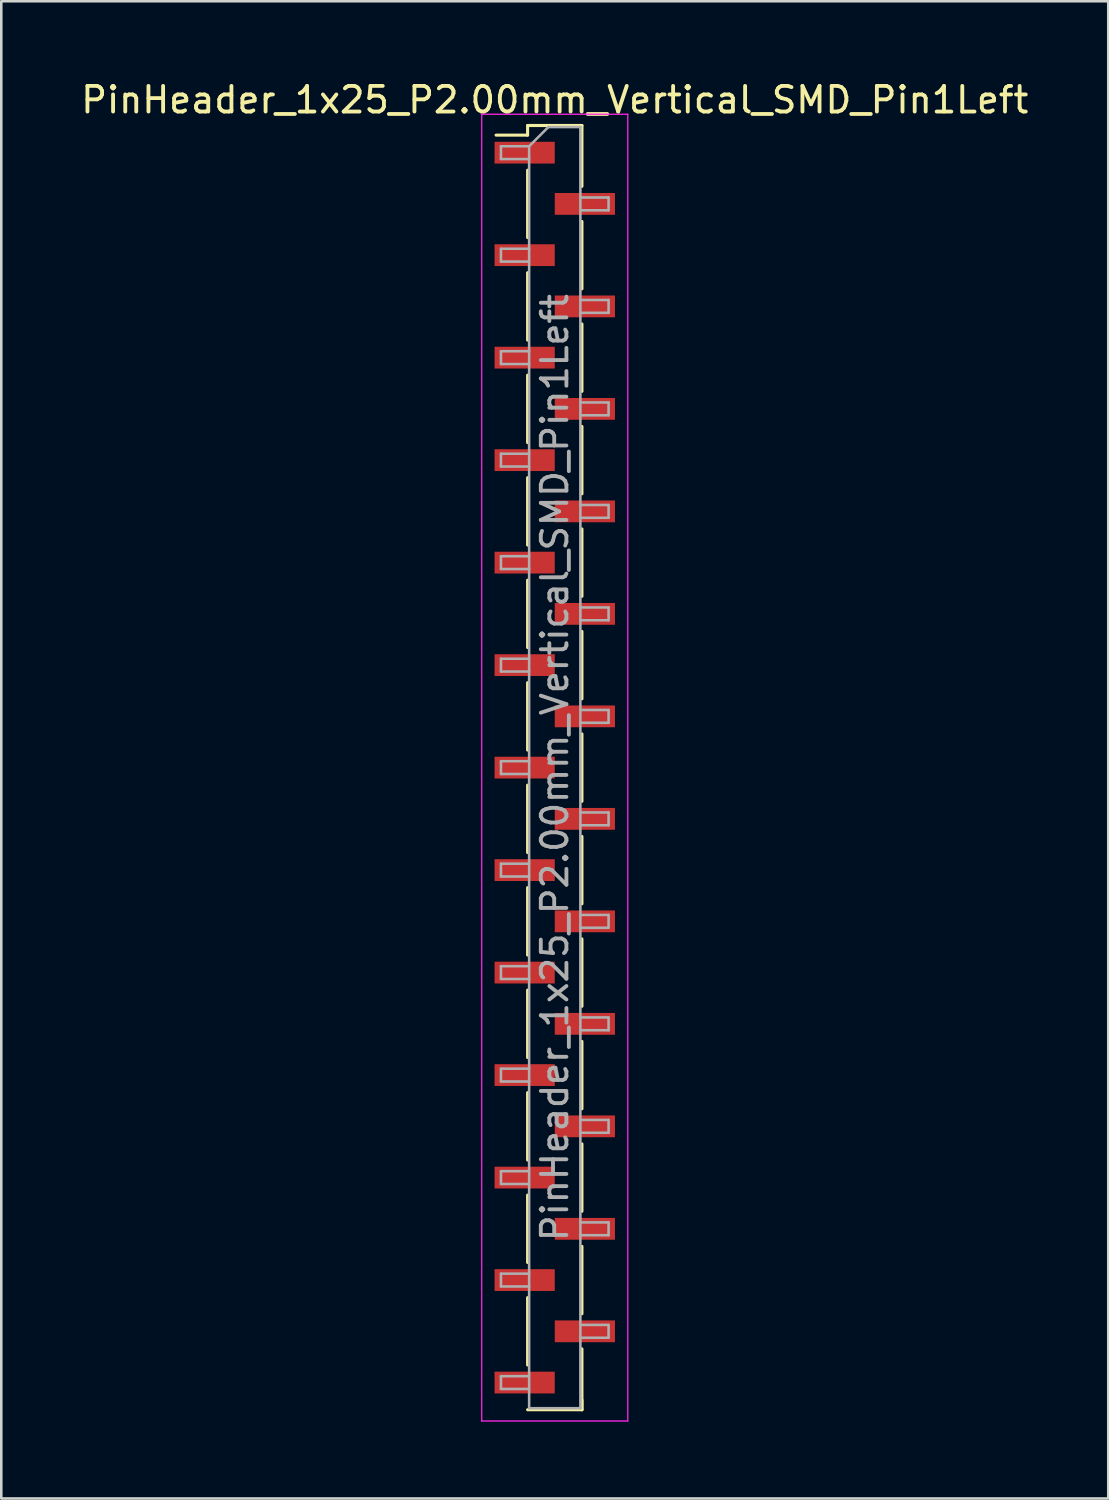
<source format=kicad_pcb>
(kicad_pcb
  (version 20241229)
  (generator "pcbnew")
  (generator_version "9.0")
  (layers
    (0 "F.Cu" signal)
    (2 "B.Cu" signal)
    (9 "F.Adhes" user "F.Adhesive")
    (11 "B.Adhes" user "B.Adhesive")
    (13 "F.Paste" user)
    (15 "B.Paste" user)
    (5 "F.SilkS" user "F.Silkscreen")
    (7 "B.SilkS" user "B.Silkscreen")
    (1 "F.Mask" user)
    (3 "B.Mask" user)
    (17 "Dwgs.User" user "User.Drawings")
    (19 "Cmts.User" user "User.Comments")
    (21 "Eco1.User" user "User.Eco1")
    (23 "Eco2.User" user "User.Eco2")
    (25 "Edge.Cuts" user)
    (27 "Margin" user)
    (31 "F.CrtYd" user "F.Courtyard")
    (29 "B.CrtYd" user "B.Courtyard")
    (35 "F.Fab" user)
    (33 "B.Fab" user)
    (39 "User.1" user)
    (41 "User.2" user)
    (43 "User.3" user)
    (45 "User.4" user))
  (footprint "PinHeader_1x25_P2.00mm_Vertical_SMD_Pin1Left"
    (layer "F.Cu")
    (at 18.601 26.908)
    (property "Reference" "PinHeader_1x25_P2.00mm_Vertical_SMD_Pin1Left" (at 0 -26.06 0) (layer "F.SilkS") (effects (font (size 1 1) (thickness 0.15))))
    (attr smd)
    (fp_line (start -1.06 -25.06) (end -1.06 -24.685) (stroke (width 0.12) (type solid)) (layer "F.SilkS"))
    (fp_line (start -1.06 -25.06) (end 1.06 -25.06) (stroke (width 0.12) (type solid)) (layer "F.SilkS"))
    (fp_line (start -1.06 -24.685) (end -2.29 -24.685) (stroke (width 0.12) (type solid)) (layer "F.SilkS"))
    (fp_line (start -1.06 -23.315) (end -1.06 -20.685) (stroke (width 0.12) (type solid)) (layer "F.SilkS"))
    (fp_line (start -1.06 -19.315) (end -1.06 -16.685) (stroke (width 0.12) (type solid)) (layer "F.SilkS"))
    (fp_line (start -1.06 -15.315) (end -1.06 -12.685) (stroke (width 0.12) (type solid)) (layer "F.SilkS"))
    (fp_line (start -1.06 -11.315) (end -1.06 -8.685) (stroke (width 0.12) (type solid)) (layer "F.SilkS"))
    (fp_line (start -1.06 -7.315) (end -1.06 -4.685) (stroke (width 0.12) (type solid)) (layer "F.SilkS"))
    (fp_line (start -1.06 -3.315) (end -1.06 -0.685) (stroke (width 0.12) (type solid)) (layer "F.SilkS"))
    (fp_line (start -1.06 0.685) (end -1.06 3.315) (stroke (width 0.12) (type solid)) (layer "F.SilkS"))
    (fp_line (start -1.06 4.685) (end -1.06 7.315) (stroke (width 0.12) (type solid)) (layer "F.SilkS"))
    (fp_line (start -1.06 8.685) (end -1.06 11.315) (stroke (width 0.12) (type solid)) (layer "F.SilkS"))
    (fp_line (start -1.06 12.685) (end -1.06 15.315) (stroke (width 0.12) (type solid)) (layer "F.SilkS"))
    (fp_line (start -1.06 16.685) (end -1.06 19.315) (stroke (width 0.12) (type solid)) (layer "F.SilkS"))
    (fp_line (start -1.06 20.685) (end -1.06 23.315) (stroke (width 0.12) (type solid)) (layer "F.SilkS"))
    (fp_line (start -1.06 25.06) (end 1.06 25.06) (stroke (width 0.12) (type solid)) (layer "F.SilkS"))
    (fp_line (start 1.06 -25.06) (end 1.06 -22.685) (stroke (width 0.12) (type solid)) (layer "F.SilkS"))
    (fp_line (start 1.06 -21.315) (end 1.06 -18.685) (stroke (width 0.12) (type solid)) (layer "F.SilkS"))
    (fp_line (start 1.06 -17.315) (end 1.06 -14.685) (stroke (width 0.12) (type solid)) (layer "F.SilkS"))
    (fp_line (start 1.06 -13.315) (end 1.06 -10.685) (stroke (width 0.12) (type solid)) (layer "F.SilkS"))
    (fp_line (start 1.06 -9.315) (end 1.06 -6.685) (stroke (width 0.12) (type solid)) (layer "F.SilkS"))
    (fp_line (start 1.06 -5.315) (end 1.06 -2.685) (stroke (width 0.12) (type solid)) (layer "F.SilkS"))
    (fp_line (start 1.06 -1.315) (end 1.06 1.315) (stroke (width 0.12) (type solid)) (layer "F.SilkS"))
    (fp_line (start 1.06 2.685) (end 1.06 5.315) (stroke (width 0.12) (type solid)) (layer "F.SilkS"))
    (fp_line (start 1.06 6.685) (end 1.06 9.315) (stroke (width 0.12) (type solid)) (layer "F.SilkS"))
    (fp_line (start 1.06 10.685) (end 1.06 13.315) (stroke (width 0.12) (type solid)) (layer "F.SilkS"))
    (fp_line (start 1.06 14.685) (end 1.06 17.315) (stroke (width 0.12) (type solid)) (layer "F.SilkS"))
    (fp_line (start 1.06 18.685) (end 1.06 21.315) (stroke (width 0.12) (type solid)) (layer "F.SilkS"))
    (fp_line (start 1.06 22.685) (end 1.06 25.06) (stroke (width 0.12) (type solid)) (layer "F.SilkS"))
    (fp_line (start 1.06 24.685) (end 1.06 25.06) (stroke (width 0.12) (type solid)) (layer "F.SilkS"))
    (fp_line (start -2.85 -25.5) (end -2.85 25.5) (stroke (width 0.05) (type solid)) (layer "F.CrtYd"))
    (fp_line (start -2.85 25.5) (end 2.85 25.5) (stroke (width 0.05) (type solid)) (layer "F.CrtYd"))
    (fp_line (start 2.85 -25.5) (end -2.85 -25.5) (stroke (width 0.05) (type solid)) (layer "F.CrtYd"))
    (fp_line (start 2.85 25.5) (end 2.85 -25.5) (stroke (width 0.05) (type solid)) (layer "F.CrtYd"))
    (fp_line (start -2.1 -24.25) (end -2.1 -23.75) (stroke (width 0.1) (type solid)) (layer "F.Fab"))
    (fp_line (start -2.1 -23.75) (end -1 -23.75) (stroke (width 0.1) (type solid)) (layer "F.Fab"))
    (fp_line (start -2.1 -20.25) (end -2.1 -19.75) (stroke (width 0.1) (type solid)) (layer "F.Fab"))
    (fp_line (start -2.1 -19.75) (end -1 -19.75) (stroke (width 0.1) (type solid)) (layer "F.Fab"))
    (fp_line (start -2.1 -16.25) (end -2.1 -15.75) (stroke (width 0.1) (type solid)) (layer "F.Fab"))
    (fp_line (start -2.1 -15.75) (end -1 -15.75) (stroke (width 0.1) (type solid)) (layer "F.Fab"))
    (fp_line (start -2.1 -12.25) (end -2.1 -11.75) (stroke (width 0.1) (type solid)) (layer "F.Fab"))
    (fp_line (start -2.1 -11.75) (end -1 -11.75) (stroke (width 0.1) (type solid)) (layer "F.Fab"))
    (fp_line (start -2.1 -8.25) (end -2.1 -7.75) (stroke (width 0.1) (type solid)) (layer "F.Fab"))
    (fp_line (start -2.1 -7.75) (end -1 -7.75) (stroke (width 0.1) (type solid)) (layer "F.Fab"))
    (fp_line (start -2.1 -4.25) (end -2.1 -3.75) (stroke (width 0.1) (type solid)) (layer "F.Fab"))
    (fp_line (start -2.1 -3.75) (end -1 -3.75) (stroke (width 0.1) (type solid)) (layer "F.Fab"))
    (fp_line (start -2.1 -0.25) (end -2.1 0.25) (stroke (width 0.1) (type solid)) (layer "F.Fab"))
    (fp_line (start -2.1 0.25) (end -1 0.25) (stroke (width 0.1) (type solid)) (layer "F.Fab"))
    (fp_line (start -2.1 3.75) (end -2.1 4.25) (stroke (width 0.1) (type solid)) (layer "F.Fab"))
    (fp_line (start -2.1 4.25) (end -1 4.25) (stroke (width 0.1) (type solid)) (layer "F.Fab"))
    (fp_line (start -2.1 7.75) (end -2.1 8.25) (stroke (width 0.1) (type solid)) (layer "F.Fab"))
    (fp_line (start -2.1 8.25) (end -1 8.25) (stroke (width 0.1) (type solid)) (layer "F.Fab"))
    (fp_line (start -2.1 11.75) (end -2.1 12.25) (stroke (width 0.1) (type solid)) (layer "F.Fab"))
    (fp_line (start -2.1 12.25) (end -1 12.25) (stroke (width 0.1) (type solid)) (layer "F.Fab"))
    (fp_line (start -2.1 15.75) (end -2.1 16.25) (stroke (width 0.1) (type solid)) (layer "F.Fab"))
    (fp_line (start -2.1 16.25) (end -1 16.25) (stroke (width 0.1) (type solid)) (layer "F.Fab"))
    (fp_line (start -2.1 19.75) (end -2.1 20.25) (stroke (width 0.1) (type solid)) (layer "F.Fab"))
    (fp_line (start -2.1 20.25) (end -1 20.25) (stroke (width 0.1) (type solid)) (layer "F.Fab"))
    (fp_line (start -2.1 23.75) (end -2.1 24.25) (stroke (width 0.1) (type solid)) (layer "F.Fab"))
    (fp_line (start -2.1 24.25) (end -1 24.25) (stroke (width 0.1) (type solid)) (layer "F.Fab"))
    (fp_line (start -1 -24.25) (end -2.1 -24.25) (stroke (width 0.1) (type solid)) (layer "F.Fab"))
    (fp_line (start -1 -24.25) (end -0.25 -25) (stroke (width 0.1) (type solid)) (layer "F.Fab"))
    (fp_line (start -1 -20.25) (end -2.1 -20.25) (stroke (width 0.1) (type solid)) (layer "F.Fab"))
    (fp_line (start -1 -16.25) (end -2.1 -16.25) (stroke (width 0.1) (type solid)) (layer "F.Fab"))
    (fp_line (start -1 -12.25) (end -2.1 -12.25) (stroke (width 0.1) (type solid)) (layer "F.Fab"))
    (fp_line (start -1 -8.25) (end -2.1 -8.25) (stroke (width 0.1) (type solid)) (layer "F.Fab"))
    (fp_line (start -1 -4.25) (end -2.1 -4.25) (stroke (width 0.1) (type solid)) (layer "F.Fab"))
    (fp_line (start -1 -0.25) (end -2.1 -0.25) (stroke (width 0.1) (type solid)) (layer "F.Fab"))
    (fp_line (start -1 3.75) (end -2.1 3.75) (stroke (width 0.1) (type solid)) (layer "F.Fab"))
    (fp_line (start -1 7.75) (end -2.1 7.75) (stroke (width 0.1) (type solid)) (layer "F.Fab"))
    (fp_line (start -1 11.75) (end -2.1 11.75) (stroke (width 0.1) (type solid)) (layer "F.Fab"))
    (fp_line (start -1 15.75) (end -2.1 15.75) (stroke (width 0.1) (type solid)) (layer "F.Fab"))
    (fp_line (start -1 19.75) (end -2.1 19.75) (stroke (width 0.1) (type solid)) (layer "F.Fab"))
    (fp_line (start -1 23.75) (end -2.1 23.75) (stroke (width 0.1) (type solid)) (layer "F.Fab"))
    (fp_line (start -1 25) (end -1 -24.25) (stroke (width 0.1) (type solid)) (layer "F.Fab"))
    (fp_line (start -0.25 -25) (end 1 -25) (stroke (width 0.1) (type solid)) (layer "F.Fab"))
    (fp_line (start 1 -25) (end 1 25) (stroke (width 0.1) (type solid)) (layer "F.Fab"))
    (fp_line (start 1 -22.25) (end 2.1 -22.25) (stroke (width 0.1) (type solid)) (layer "F.Fab"))
    (fp_line (start 1 -18.25) (end 2.1 -18.25) (stroke (width 0.1) (type solid)) (layer "F.Fab"))
    (fp_line (start 1 -14.25) (end 2.1 -14.25) (stroke (width 0.1) (type solid)) (layer "F.Fab"))
    (fp_line (start 1 -10.25) (end 2.1 -10.25) (stroke (width 0.1) (type solid)) (layer "F.Fab"))
    (fp_line (start 1 -6.25) (end 2.1 -6.25) (stroke (width 0.1) (type solid)) (layer "F.Fab"))
    (fp_line (start 1 -2.25) (end 2.1 -2.25) (stroke (width 0.1) (type solid)) (layer "F.Fab"))
    (fp_line (start 1 1.75) (end 2.1 1.75) (stroke (width 0.1) (type solid)) (layer "F.Fab"))
    (fp_line (start 1 5.75) (end 2.1 5.75) (stroke (width 0.1) (type solid)) (layer "F.Fab"))
    (fp_line (start 1 9.75) (end 2.1 9.75) (stroke (width 0.1) (type solid)) (layer "F.Fab"))
    (fp_line (start 1 13.75) (end 2.1 13.75) (stroke (width 0.1) (type solid)) (layer "F.Fab"))
    (fp_line (start 1 17.75) (end 2.1 17.75) (stroke (width 0.1) (type solid)) (layer "F.Fab"))
    (fp_line (start 1 21.75) (end 2.1 21.75) (stroke (width 0.1) (type solid)) (layer "F.Fab"))
    (fp_line (start 1 25) (end -1 25) (stroke (width 0.1) (type solid)) (layer "F.Fab"))
    (fp_line (start 2.1 -22.25) (end 2.1 -21.75) (stroke (width 0.1) (type solid)) (layer "F.Fab"))
    (fp_line (start 2.1 -21.75) (end 1 -21.75) (stroke (width 0.1) (type solid)) (layer "F.Fab"))
    (fp_line (start 2.1 -18.25) (end 2.1 -17.75) (stroke (width 0.1) (type solid)) (layer "F.Fab"))
    (fp_line (start 2.1 -17.75) (end 1 -17.75) (stroke (width 0.1) (type solid)) (layer "F.Fab"))
    (fp_line (start 2.1 -14.25) (end 2.1 -13.75) (stroke (width 0.1) (type solid)) (layer "F.Fab"))
    (fp_line (start 2.1 -13.75) (end 1 -13.75) (stroke (width 0.1) (type solid)) (layer "F.Fab"))
    (fp_line (start 2.1 -10.25) (end 2.1 -9.75) (stroke (width 0.1) (type solid)) (layer "F.Fab"))
    (fp_line (start 2.1 -9.75) (end 1 -9.75) (stroke (width 0.1) (type solid)) (layer "F.Fab"))
    (fp_line (start 2.1 -6.25) (end 2.1 -5.75) (stroke (width 0.1) (type solid)) (layer "F.Fab"))
    (fp_line (start 2.1 -5.75) (end 1 -5.75) (stroke (width 0.1) (type solid)) (layer "F.Fab"))
    (fp_line (start 2.1 -2.25) (end 2.1 -1.75) (stroke (width 0.1) (type solid)) (layer "F.Fab"))
    (fp_line (start 2.1 -1.75) (end 1 -1.75) (stroke (width 0.1) (type solid)) (layer "F.Fab"))
    (fp_line (start 2.1 1.75) (end 2.1 2.25) (stroke (width 0.1) (type solid)) (layer "F.Fab"))
    (fp_line (start 2.1 2.25) (end 1 2.25) (stroke (width 0.1) (type solid)) (layer "F.Fab"))
    (fp_line (start 2.1 5.75) (end 2.1 6.25) (stroke (width 0.1) (type solid)) (layer "F.Fab"))
    (fp_line (start 2.1 6.25) (end 1 6.25) (stroke (width 0.1) (type solid)) (layer "F.Fab"))
    (fp_line (start 2.1 9.75) (end 2.1 10.25) (stroke (width 0.1) (type solid)) (layer "F.Fab"))
    (fp_line (start 2.1 10.25) (end 1 10.25) (stroke (width 0.1) (type solid)) (layer "F.Fab"))
    (fp_line (start 2.1 13.75) (end 2.1 14.25) (stroke (width 0.1) (type solid)) (layer "F.Fab"))
    (fp_line (start 2.1 14.25) (end 1 14.25) (stroke (width 0.1) (type solid)) (layer "F.Fab"))
    (fp_line (start 2.1 17.75) (end 2.1 18.25) (stroke (width 0.1) (type solid)) (layer "F.Fab"))
    (fp_line (start 2.1 18.25) (end 1 18.25) (stroke (width 0.1) (type solid)) (layer "F.Fab"))
    (fp_line (start 2.1 21.75) (end 2.1 22.25) (stroke (width 0.1) (type solid)) (layer "F.Fab"))
    (fp_line (start 2.1 22.25) (end 1 22.25) (stroke (width 0.1) (type solid)) (layer "F.Fab"))
    (fp_text user "${REFERENCE}" (at 0 0 90) (layer "F.Fab") (effects (font (size 1 1) (thickness 0.15))))
    (pad "1" smd rect (at -1.175 -24) (size 2.35 0.85) (layers "F.Cu" "F.Mask" "F.Paste"))
    (pad "2" smd rect (at 1.175 -22) (size 2.35 0.85) (layers "F.Cu" "F.Mask" "F.Paste"))
    (pad "3" smd rect (at -1.175 -20) (size 2.35 0.85) (layers "F.Cu" "F.Mask" "F.Paste"))
    (pad "4" smd rect (at 1.175 -18) (size 2.35 0.85) (layers "F.Cu" "F.Mask" "F.Paste"))
    (pad "5" smd rect (at -1.175 -16) (size 2.35 0.85) (layers "F.Cu" "F.Mask" "F.Paste"))
    (pad "6" smd rect (at 1.175 -14) (size 2.35 0.85) (layers "F.Cu" "F.Mask" "F.Paste"))
    (pad "7" smd rect (at -1.175 -12) (size 2.35 0.85) (layers "F.Cu" "F.Mask" "F.Paste"))
    (pad "8" smd rect (at 1.175 -10) (size 2.35 0.85) (layers "F.Cu" "F.Mask" "F.Paste"))
    (pad "9" smd rect (at -1.175 -8) (size 2.35 0.85) (layers "F.Cu" "F.Mask" "F.Paste"))
    (pad "10" smd rect (at 1.175 -6) (size 2.35 0.85) (layers "F.Cu" "F.Mask" "F.Paste"))
    (pad "11" smd rect (at -1.175 -4) (size 2.35 0.85) (layers "F.Cu" "F.Mask" "F.Paste"))
    (pad "12" smd rect (at 1.175 -2) (size 2.35 0.85) (layers "F.Cu" "F.Mask" "F.Paste"))
    (pad "13" smd rect (at -1.175 0) (size 2.35 0.85) (layers "F.Cu" "F.Mask" "F.Paste"))
    (pad "14" smd rect (at 1.175 2) (size 2.35 0.85) (layers "F.Cu" "F.Mask" "F.Paste"))
    (pad "15" smd rect (at -1.175 4) (size 2.35 0.85) (layers "F.Cu" "F.Mask" "F.Paste"))
    (pad "16" smd rect (at 1.175 6) (size 2.35 0.85) (layers "F.Cu" "F.Mask" "F.Paste"))
    (pad "17" smd rect (at -1.175 8) (size 2.35 0.85) (layers "F.Cu" "F.Mask" "F.Paste"))
    (pad "18" smd rect (at 1.175 10) (size 2.35 0.85) (layers "F.Cu" "F.Mask" "F.Paste"))
    (pad "19" smd rect (at -1.175 12) (size 2.35 0.85) (layers "F.Cu" "F.Mask" "F.Paste"))
    (pad "20" smd rect (at 1.175 14) (size 2.35 0.85) (layers "F.Cu" "F.Mask" "F.Paste"))
    (pad "21" smd rect (at -1.175 16) (size 2.35 0.85) (layers "F.Cu" "F.Mask" "F.Paste"))
    (pad "22" smd rect (at 1.175 18) (size 2.35 0.85) (layers "F.Cu" "F.Mask" "F.Paste"))
    (pad "23" smd rect (at -1.175 20) (size 2.35 0.85) (layers "F.Cu" "F.Mask" "F.Paste"))
    (pad "24" smd rect (at 1.175 22) (size 2.35 0.85) (layers "F.Cu" "F.Mask" "F.Paste"))
    (pad "25" smd rect (at -1.175 24) (size 2.35 0.85) (layers "F.Cu" "F.Mask" "F.Paste")))
  (gr_rect
    (start -3 -3)
    (end 40.202 55.433)
    (stroke (width 0.1) (type default))
    (fill no)
    (layer "Edge.Cuts")))
</source>
